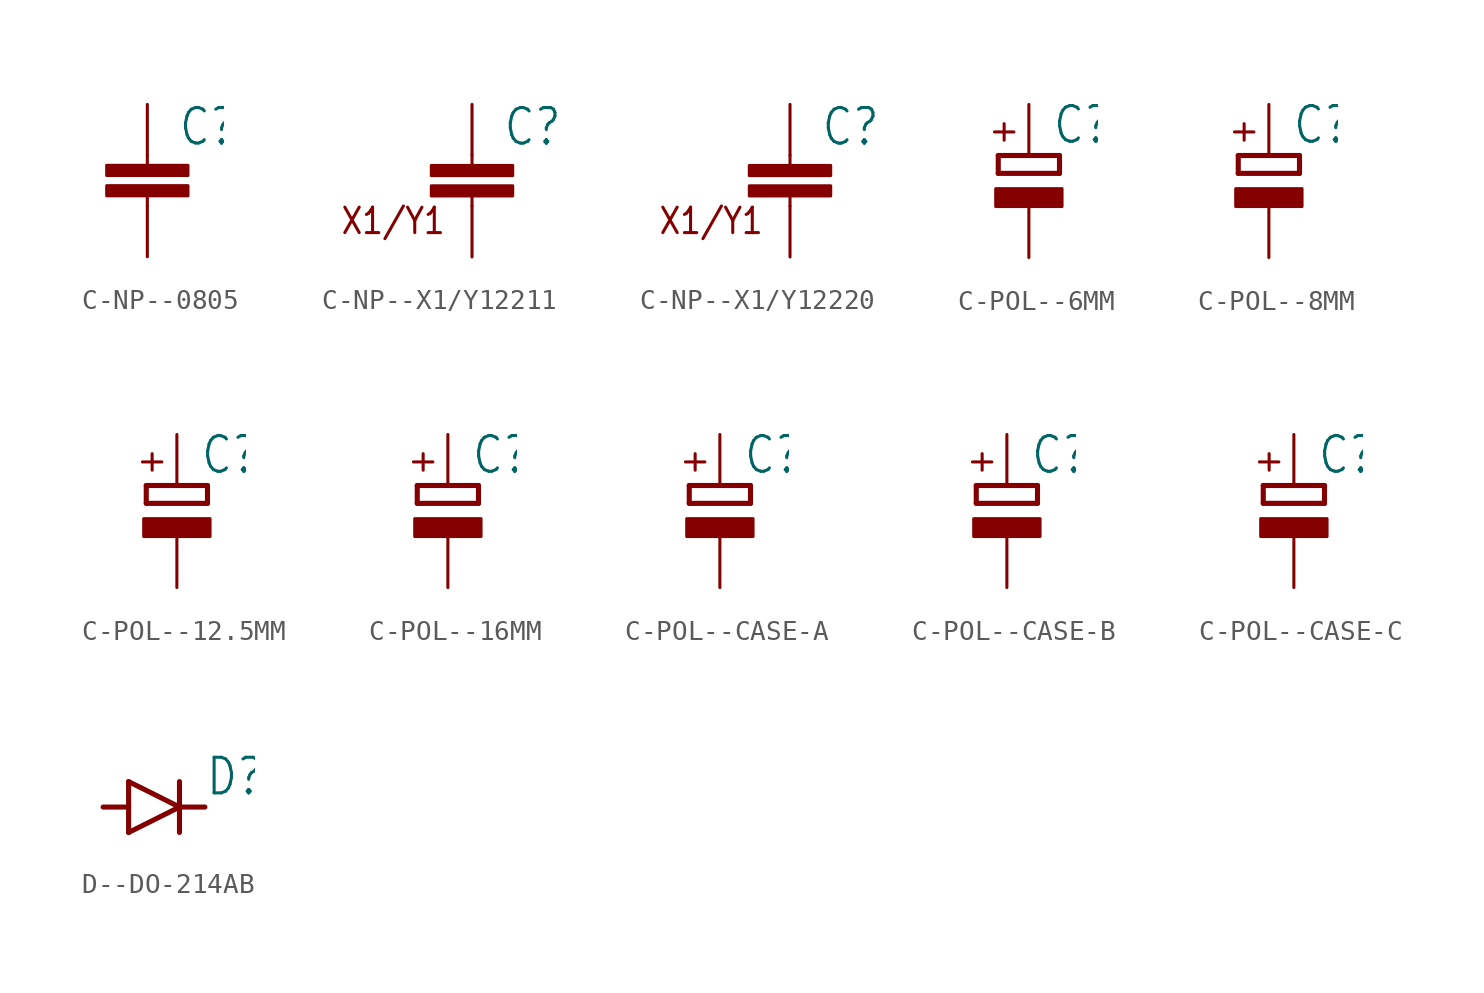
<source format=kicad_sym>
(kicad_symbol_lib
  (version 20231120)
  (generator "kicad_symbol_editor")
  (generator_version "8.0")
  (symbol "C-NP--0805"
    (property "Reference" "C"
      (at 1.524 0.381 0)
      (effects (font (size 1.778 1.511)) (justify left bottom)))
    (property "Value" ""
      (at 1.524 -4.699 0)
      (effects (font (size 1.778 1.511)) (justify left bottom)))
    (property "ki_locked" ""
      (at 0 0 0)
      (effects (font (size 1.27 1.27))))
    (symbol "C-NP--0805_1_0"
      (rectangle (start -2.032 -2.032) (end 2.032 -1.524) (stroke (width 0) (type default)) (fill (type outline)))
      (rectangle (start -2.032 -1.016) (end 2.032 -0.508) (stroke (width 0) (type default)) (fill (type outline)))
      (polyline (pts (xy 0 -2.54) (xy 0 -2.032)) (stroke (width 0.152) (type solid)) (fill (type none)))
      (polyline (pts (xy 0 0) (xy 0 -0.508)) (stroke (width 0.152) (type solid)) (fill (type none)))
      (pin passive line (at 0 2.54 270) (length 2.54) (name "1" (effects (font (size 0 0)))) (number "1" (effects (font (size 0 0)))))
      (pin passive line (at 0 -5.08 90) (length 2.54) (name "2" (effects (font (size 0 0)))) (number "2" (effects (font (size 0 0)))))))
  (symbol "C-NP--X1/Y12211"
    (property "Reference" "C"
      (at 1.524 0.381 0)
      (effects (font (size 1.778 1.511)) (justify left bottom)))
    (property "Value" ""
      (at 1.524 -4.699 0)
      (effects (font (size 1.778 1.511)) (justify left bottom)))
    (property "ki_locked" ""
      (at 0 0 0)
      (effects (font (size 1.27 1.27))))
    (symbol "C-NP--X1/Y12211_1_0"
      (rectangle (start -2.032 -2.032) (end 2.032 -1.524) (stroke (width 0) (type default)) (fill (type outline)))
      (rectangle (start -2.032 -1.016) (end 2.032 -0.508) (stroke (width 0) (type default)) (fill (type outline)))
      (polyline (pts (xy 0 -2.54) (xy 0 -2.032)) (stroke (width 0.152) (type solid)) (fill (type none)))
      (polyline (pts (xy 0 0) (xy 0 -0.508)) (stroke (width 0.152) (type solid)) (fill (type none)))
      (text "X1/Y1" (at -1.27 -2.54 0) (effects (font (size 1.27 1.079)) (justify right top)))
      (pin passive line (at 0 2.54 270) (length 2.54) (name "1" (effects (font (size 0 0)))) (number "1" (effects (font (size 0 0)))))
      (pin passive line (at 0 -5.08 90) (length 2.54) (name "2" (effects (font (size 0 0)))) (number "2" (effects (font (size 0 0)))))))
  (symbol "C-NP--X1/Y12220"
    (property "Reference" "C"
      (at 1.524 0.381 0)
      (effects (font (size 1.778 1.511)) (justify left bottom)))
    (property "Value" ""
      (at 1.524 -4.699 0)
      (effects (font (size 1.778 1.511)) (justify left bottom)))
    (property "ki_locked" ""
      (at 0 0 0)
      (effects (font (size 1.27 1.27))))
    (symbol "C-NP--X1/Y12220_1_0"
      (rectangle (start -2.032 -2.032) (end 2.032 -1.524) (stroke (width 0) (type default)) (fill (type outline)))
      (rectangle (start -2.032 -1.016) (end 2.032 -0.508) (stroke (width 0) (type default)) (fill (type outline)))
      (polyline (pts (xy 0 -2.54) (xy 0 -2.032)) (stroke (width 0.152) (type solid)) (fill (type none)))
      (polyline (pts (xy 0 0) (xy 0 -0.508)) (stroke (width 0.152) (type solid)) (fill (type none)))
      (text "X1/Y1" (at -1.27 -2.54 0) (effects (font (size 1.27 1.079)) (justify right top)))
      (pin passive line (at 0 2.54 270) (length 2.54) (name "1" (effects (font (size 0 0)))) (number "1" (effects (font (size 0 0)))))
      (pin passive line (at 0 -5.08 90) (length 2.54) (name "2" (effects (font (size 0 0)))) (number "2" (effects (font (size 0 0)))))))
  (symbol "C-POL--6MM"
    (property "Reference" "C"
      (at 1.143 0.483 0)
      (effects (font (size 1.778 1.511)) (justify left bottom)))
    (property "Value" ""
      (at 1.143 -4.597 0)
      (effects (font (size 1.778 1.511)) (justify left bottom)))
    (property "ki_locked" ""
      (at 0 0 0)
      (effects (font (size 1.27 1.27))))
    (symbol "C-POL--6MM_1_0"
      (rectangle (start -1.651 -2.54) (end 1.651 -1.651) (stroke (width 0) (type default)) (fill (type outline)))
      (polyline (pts (xy -1.524 -0.889) (xy 1.524 -0.889)) (stroke (width 0.254) (type solid)) (fill (type none)))
      (polyline (pts (xy -1.524 0) (xy -1.524 -0.889)) (stroke (width 0.254) (type solid)) (fill (type none)))
      (polyline (pts (xy -1.524 0) (xy 1.524 0)) (stroke (width 0.254) (type solid)) (fill (type none)))
      (polyline (pts (xy 1.524 -0.889) (xy 1.524 0)) (stroke (width 0.254) (type solid)) (fill (type none)))
      (text "+" (at -0.584 0.406 900) (effects (font (size 1.27 1.079)) (justify left bottom)))
      (pin passive line (at 0 2.54 270) (length 2.54) (name "+" (effects (font (size 0 0)))) (number "+" (effects (font (size 0 0)))))
      (pin passive line (at 0 -5.08 90) (length 2.54) (name "-" (effects (font (size 0 0)))) (number "-" (effects (font (size 0 0)))))))
  (symbol "C-POL--8MM"
    (property "Reference" "C"
      (at 1.143 0.483 0)
      (effects (font (size 1.778 1.511)) (justify left bottom)))
    (property "Value" ""
      (at 1.143 -4.597 0)
      (effects (font (size 1.778 1.511)) (justify left bottom)))
    (property "ki_locked" ""
      (at 0 0 0)
      (effects (font (size 1.27 1.27))))
    (symbol "C-POL--8MM_1_0"
      (rectangle (start -1.651 -2.54) (end 1.651 -1.651) (stroke (width 0) (type default)) (fill (type outline)))
      (polyline (pts (xy -1.524 -0.889) (xy 1.524 -0.889)) (stroke (width 0.254) (type solid)) (fill (type none)))
      (polyline (pts (xy -1.524 0) (xy -1.524 -0.889)) (stroke (width 0.254) (type solid)) (fill (type none)))
      (polyline (pts (xy -1.524 0) (xy 1.524 0)) (stroke (width 0.254) (type solid)) (fill (type none)))
      (polyline (pts (xy 1.524 -0.889) (xy 1.524 0)) (stroke (width 0.254) (type solid)) (fill (type none)))
      (text "+" (at -0.584 0.406 900) (effects (font (size 1.27 1.079)) (justify left bottom)))
      (pin passive line (at 0 2.54 270) (length 2.54) (name "+" (effects (font (size 0 0)))) (number "+" (effects (font (size 0 0)))))
      (pin passive line (at 0 -5.08 90) (length 2.54) (name "-" (effects (font (size 0 0)))) (number "-" (effects (font (size 0 0)))))))
  (symbol "C-POL--12.5MM"
    (property "Reference" "C"
      (at 1.143 0.483 0)
      (effects (font (size 1.778 1.511)) (justify left bottom)))
    (property "Value" ""
      (at 1.143 -4.597 0)
      (effects (font (size 1.778 1.511)) (justify left bottom)))
    (property "ki_locked" ""
      (at 0 0 0)
      (effects (font (size 1.27 1.27))))
    (symbol "C-POL--12.5MM_1_0"
      (rectangle (start -1.651 -2.54) (end 1.651 -1.651) (stroke (width 0) (type default)) (fill (type outline)))
      (polyline (pts (xy -1.524 -0.889) (xy 1.524 -0.889)) (stroke (width 0.254) (type solid)) (fill (type none)))
      (polyline (pts (xy -1.524 0) (xy -1.524 -0.889)) (stroke (width 0.254) (type solid)) (fill (type none)))
      (polyline (pts (xy -1.524 0) (xy 1.524 0)) (stroke (width 0.254) (type solid)) (fill (type none)))
      (polyline (pts (xy 1.524 -0.889) (xy 1.524 0)) (stroke (width 0.254) (type solid)) (fill (type none)))
      (text "+" (at -0.584 0.406 900) (effects (font (size 1.27 1.079)) (justify left bottom)))
      (pin passive line (at 0 2.54 270) (length 2.54) (name "+" (effects (font (size 0 0)))) (number "+" (effects (font (size 0 0)))))
      (pin passive line (at 0 -5.08 90) (length 2.54) (name "-" (effects (font (size 0 0)))) (number "-" (effects (font (size 0 0)))))))
  (symbol "C-POL--16MM"
    (property "Reference" "C"
      (at 1.143 0.483 0)
      (effects (font (size 1.778 1.511)) (justify left bottom)))
    (property "Value" ""
      (at 1.143 -4.597 0)
      (effects (font (size 1.778 1.511)) (justify left bottom)))
    (property "ki_locked" ""
      (at 0 0 0)
      (effects (font (size 1.27 1.27))))
    (symbol "C-POL--16MM_1_0"
      (rectangle (start -1.651 -2.54) (end 1.651 -1.651) (stroke (width 0) (type default)) (fill (type outline)))
      (polyline (pts (xy -1.524 -0.889) (xy 1.524 -0.889)) (stroke (width 0.254) (type solid)) (fill (type none)))
      (polyline (pts (xy -1.524 0) (xy -1.524 -0.889)) (stroke (width 0.254) (type solid)) (fill (type none)))
      (polyline (pts (xy -1.524 0) (xy 1.524 0)) (stroke (width 0.254) (type solid)) (fill (type none)))
      (polyline (pts (xy 1.524 -0.889) (xy 1.524 0)) (stroke (width 0.254) (type solid)) (fill (type none)))
      (text "+" (at -0.584 0.406 900) (effects (font (size 1.27 1.079)) (justify left bottom)))
      (pin passive line (at 0 2.54 270) (length 2.54) (name "+" (effects (font (size 0 0)))) (number "+" (effects (font (size 0 0)))))
      (pin passive line (at 0 -5.08 90) (length 2.54) (name "-" (effects (font (size 0 0)))) (number "-" (effects (font (size 0 0)))))))
  (symbol "C-POL--CASE-A"
    (property "Reference" "C"
      (at 1.143 0.483 0)
      (effects (font (size 1.778 1.511)) (justify left bottom)))
    (property "Value" ""
      (at 1.143 -4.597 0)
      (effects (font (size 1.778 1.511)) (justify left bottom)))
    (property "ki_locked" ""
      (at 0 0 0)
      (effects (font (size 1.27 1.27))))
    (symbol "C-POL--CASE-A_1_0"
      (rectangle (start -1.651 -2.54) (end 1.651 -1.651) (stroke (width 0) (type default)) (fill (type outline)))
      (polyline (pts (xy -1.524 -0.889) (xy 1.524 -0.889)) (stroke (width 0.254) (type solid)) (fill (type none)))
      (polyline (pts (xy -1.524 0) (xy -1.524 -0.889)) (stroke (width 0.254) (type solid)) (fill (type none)))
      (polyline (pts (xy -1.524 0) (xy 1.524 0)) (stroke (width 0.254) (type solid)) (fill (type none)))
      (polyline (pts (xy 1.524 -0.889) (xy 1.524 0)) (stroke (width 0.254) (type solid)) (fill (type none)))
      (text "+" (at -0.584 0.406 900) (effects (font (size 1.27 1.079)) (justify left bottom)))
      (pin passive line (at 0 2.54 270) (length 2.54) (name "+" (effects (font (size 0 0)))) (number "+" (effects (font (size 0 0)))))
      (pin passive line (at 0 -5.08 90) (length 2.54) (name "-" (effects (font (size 0 0)))) (number "-" (effects (font (size 0 0)))))))
  (symbol "C-POL--CASE-B"
    (property "Reference" "C"
      (at 1.143 0.483 0)
      (effects (font (size 1.778 1.511)) (justify left bottom)))
    (property "Value" ""
      (at 1.143 -4.597 0)
      (effects (font (size 1.778 1.511)) (justify left bottom)))
    (property "ki_locked" ""
      (at 0 0 0)
      (effects (font (size 1.27 1.27))))
    (symbol "C-POL--CASE-B_1_0"
      (rectangle (start -1.651 -2.54) (end 1.651 -1.651) (stroke (width 0) (type default)) (fill (type outline)))
      (polyline (pts (xy -1.524 -0.889) (xy 1.524 -0.889)) (stroke (width 0.254) (type solid)) (fill (type none)))
      (polyline (pts (xy -1.524 0) (xy -1.524 -0.889)) (stroke (width 0.254) (type solid)) (fill (type none)))
      (polyline (pts (xy -1.524 0) (xy 1.524 0)) (stroke (width 0.254) (type solid)) (fill (type none)))
      (polyline (pts (xy 1.524 -0.889) (xy 1.524 0)) (stroke (width 0.254) (type solid)) (fill (type none)))
      (text "+" (at -0.584 0.406 900) (effects (font (size 1.27 1.079)) (justify left bottom)))
      (pin passive line (at 0 2.54 270) (length 2.54) (name "+" (effects (font (size 0 0)))) (number "+" (effects (font (size 0 0)))))
      (pin passive line (at 0 -5.08 90) (length 2.54) (name "-" (effects (font (size 0 0)))) (number "-" (effects (font (size 0 0)))))))
  (symbol "C-POL--CASE-C"
    (property "Reference" "C"
      (at 1.143 0.483 0)
      (effects (font (size 1.778 1.511)) (justify left bottom)))
    (property "Value" ""
      (at 1.143 -4.597 0)
      (effects (font (size 1.778 1.511)) (justify left bottom)))
    (property "ki_locked" ""
      (at 0 0 0)
      (effects (font (size 1.27 1.27))))
    (symbol "C-POL--CASE-C_1_0"
      (rectangle (start -1.651 -2.54) (end 1.651 -1.651) (stroke (width 0) (type default)) (fill (type outline)))
      (polyline (pts (xy -1.524 -0.889) (xy 1.524 -0.889)) (stroke (width 0.254) (type solid)) (fill (type none)))
      (polyline (pts (xy -1.524 0) (xy -1.524 -0.889)) (stroke (width 0.254) (type solid)) (fill (type none)))
      (polyline (pts (xy -1.524 0) (xy 1.524 0)) (stroke (width 0.254) (type solid)) (fill (type none)))
      (polyline (pts (xy 1.524 -0.889) (xy 1.524 0)) (stroke (width 0.254) (type solid)) (fill (type none)))
      (text "+" (at -0.584 0.406 900) (effects (font (size 1.27 1.079)) (justify left bottom)))
      (pin passive line (at 0 2.54 270) (length 2.54) (name "+" (effects (font (size 0 0)))) (number "+" (effects (font (size 0 0)))))
      (pin passive line (at 0 -5.08 90) (length 2.54) (name "-" (effects (font (size 0 0)))) (number "-" (effects (font (size 0 0)))))))
  (symbol "D--DO-214AB"
    (property "Reference" "D"
      (at 2.54 0.483 0)
      (effects (font (size 1.778 1.511)) (justify left bottom)))
    (property "Value" ""
      (at 2.54 -2.311 0)
      (effects (font (size 1.778 1.511)) (justify left bottom)))
    (property "ki_locked" ""
      (at 0 0 0)
      (effects (font (size 1.27 1.27))))
    (symbol "D--DO-214AB_1_0"
      (polyline (pts (xy -2.54 0) (xy -1.27 0)) (stroke (width 0.254) (type solid)) (fill (type none)))
      (polyline (pts (xy -1.27 -1.27) (xy 1.27 0)) (stroke (width 0.254) (type solid)) (fill (type none)))
      (polyline (pts (xy -1.27 0) (xy -1.27 -1.27)) (stroke (width 0.254) (type solid)) (fill (type none)))
      (polyline (pts (xy -1.27 1.27) (xy -1.27 0)) (stroke (width 0.254) (type solid)) (fill (type none)))
      (polyline (pts (xy 1.27 0) (xy -1.27 1.27)) (stroke (width 0.254) (type solid)) (fill (type none)))
      (polyline (pts (xy 1.27 0) (xy 1.27 -1.27)) (stroke (width 0.254) (type solid)) (fill (type none)))
      (polyline (pts (xy 1.27 0) (xy 2.54 0)) (stroke (width 0.254) (type solid)) (fill (type none)))
      (polyline (pts (xy 1.27 1.27) (xy 1.27 0)) (stroke (width 0.254) (type solid)) (fill (type none)))
      (pin passive line (at -2.54 0 0) (length 0) (name "A" (effects (font (size 0 0)))) (number "A" (effects (font (size 0 0)))))
      (pin passive line (at 2.54 0 180) (length 0) (name "C" (effects (font (size 0 0)))) (number "C" (effects (font (size 0 0))))))))
</source>
